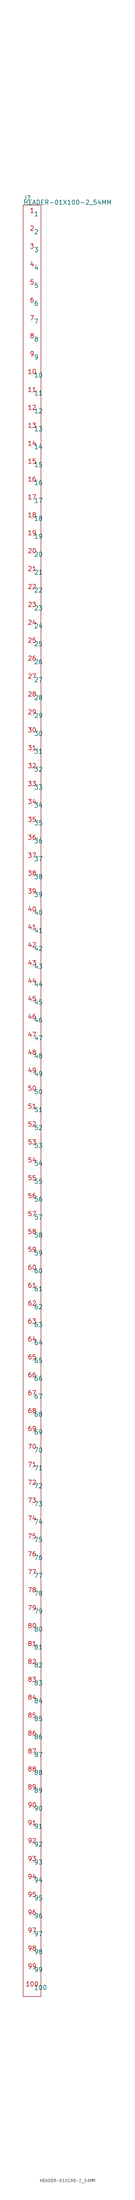
<source format=kicad_sym>
(kicad_symbol_lib
  (version 20211014)
  (generator kicad_symbol_editor)
  (symbol "HEADER-01X100-2_54MM"
    (pin_names)
    (property "Reference" "J"
      (at -2.54 255.27 0)
      (effects (font (size 1.27 1.27)) (justify left bottom)))
    (property "Value" "HEADER-01X100-2_54MM"
      (at -2.54 254 0)
      (effects (font (size 1.27 1.27)) (justify left bottom)))
    (property "Datasheet" ""
      (at 0 0 0))
    (property "ki_description" "Header 1x100  - Header Vertical 100POS 2.54MM Technical Specifications: Pitch: 0.1\" (2.54mm) "
      (at 0 0 0))
    (property "ki_fp_filters" "FlashPCB_Connectors:HEADER-THT-01X100-2_54MM FlashPCB_Connectors:HEADER-THT-LONG-01X100-2_54MM FlashPCB_Connectors:HEADER-THT-NOSILK-01X100-2_54MM FlashPCB_Connectors:HEADER-THT-LONG-NOSILK-01X100-2_54MM"
      (at 0 0 0))
    (symbol "HEADER-01X100-2_54MM_1_1"
      (polyline (pts (xy -2.54 254) (xy 2.54 254)) (stroke (width 0.127)) (fill (type none)))
      (polyline (pts (xy 2.54 254) (xy 2.54 -254)) (stroke (width 0.127)) (fill (type none)))
      (polyline (pts (xy 2.54 -254) (xy -2.54 -254)) (stroke (width 0.127)) (fill (type none)))
      (polyline (pts (xy -2.54 -254) (xy -2.54 254)) (stroke (width 0.127)) (fill (type none)))
      (pin bidirectional line (at 0 251.46 0) (length 0) (name "1" (effects (font (size 1.27 1.27)))) (number "1" (effects (font (size 1.27 1.27)))))
      (pin bidirectional line (at 0 246.38 0) (length 0) (name "2" (effects (font (size 1.27 1.27)))) (number "2" (effects (font (size 1.27 1.27)))))
      (pin bidirectional line (at 0 241.3 0) (length 0) (name "3" (effects (font (size 1.27 1.27)))) (number "3" (effects (font (size 1.27 1.27)))))
      (pin bidirectional line (at 0 236.22 0) (length 0) (name "4" (effects (font (size 1.27 1.27)))) (number "4" (effects (font (size 1.27 1.27)))))
      (pin bidirectional line (at 0 231.14 0) (length 0) (name "5" (effects (font (size 1.27 1.27)))) (number "5" (effects (font (size 1.27 1.27)))))
      (pin bidirectional line (at 0 226.06 0) (length 0) (name "6" (effects (font (size 1.27 1.27)))) (number "6" (effects (font (size 1.27 1.27)))))
      (pin bidirectional line (at 0 220.98 0) (length 0) (name "7" (effects (font (size 1.27 1.27)))) (number "7" (effects (font (size 1.27 1.27)))))
      (pin bidirectional line (at 0 215.9 0) (length 0) (name "8" (effects (font (size 1.27 1.27)))) (number "8" (effects (font (size 1.27 1.27)))))
      (pin bidirectional line (at 0 210.82 0) (length 0) (name "9" (effects (font (size 1.27 1.27)))) (number "9" (effects (font (size 1.27 1.27)))))
      (pin bidirectional line (at 0 205.74 0) (length 0) (name "10" (effects (font (size 1.27 1.27)))) (number "10" (effects (font (size 1.27 1.27)))))
      (pin bidirectional line (at 0 200.66 0) (length 0) (name "11" (effects (font (size 1.27 1.27)))) (number "11" (effects (font (size 1.27 1.27)))))
      (pin bidirectional line (at 0 195.58 0) (length 0) (name "12" (effects (font (size 1.27 1.27)))) (number "12" (effects (font (size 1.27 1.27)))))
      (pin bidirectional line (at 0 190.5 0) (length 0) (name "13" (effects (font (size 1.27 1.27)))) (number "13" (effects (font (size 1.27 1.27)))))
      (pin bidirectional line (at 0 185.42 0) (length 0) (name "14" (effects (font (size 1.27 1.27)))) (number "14" (effects (font (size 1.27 1.27)))))
      (pin bidirectional line (at 0 180.34 0) (length 0) (name "15" (effects (font (size 1.27 1.27)))) (number "15" (effects (font (size 1.27 1.27)))))
      (pin bidirectional line (at 0 175.26 0) (length 0) (name "16" (effects (font (size 1.27 1.27)))) (number "16" (effects (font (size 1.27 1.27)))))
      (pin bidirectional line (at 0 170.18 0) (length 0) (name "17" (effects (font (size 1.27 1.27)))) (number "17" (effects (font (size 1.27 1.27)))))
      (pin bidirectional line (at 0 165.1 0) (length 0) (name "18" (effects (font (size 1.27 1.27)))) (number "18" (effects (font (size 1.27 1.27)))))
      (pin bidirectional line (at 0 160.02 0) (length 0) (name "19" (effects (font (size 1.27 1.27)))) (number "19" (effects (font (size 1.27 1.27)))))
      (pin bidirectional line (at 0 154.94 0) (length 0) (name "20" (effects (font (size 1.27 1.27)))) (number "20" (effects (font (size 1.27 1.27)))))
      (pin bidirectional line (at 0 149.86 0) (length 0) (name "21" (effects (font (size 1.27 1.27)))) (number "21" (effects (font (size 1.27 1.27)))))
      (pin bidirectional line (at 0 144.78 0) (length 0) (name "22" (effects (font (size 1.27 1.27)))) (number "22" (effects (font (size 1.27 1.27)))))
      (pin bidirectional line (at 0 139.7 0) (length 0) (name "23" (effects (font (size 1.27 1.27)))) (number "23" (effects (font (size 1.27 1.27)))))
      (pin bidirectional line (at 0 134.62 0) (length 0) (name "24" (effects (font (size 1.27 1.27)))) (number "24" (effects (font (size 1.27 1.27)))))
      (pin bidirectional line (at 0 129.54 0) (length 0) (name "25" (effects (font (size 1.27 1.27)))) (number "25" (effects (font (size 1.27 1.27)))))
      (pin bidirectional line (at 0 124.46 0) (length 0) (name "26" (effects (font (size 1.27 1.27)))) (number "26" (effects (font (size 1.27 1.27)))))
      (pin bidirectional line (at 0 119.38 0) (length 0) (name "27" (effects (font (size 1.27 1.27)))) (number "27" (effects (font (size 1.27 1.27)))))
      (pin bidirectional line (at 0 114.3 0) (length 0) (name "28" (effects (font (size 1.27 1.27)))) (number "28" (effects (font (size 1.27 1.27)))))
      (pin bidirectional line (at 0 109.22 0) (length 0) (name "29" (effects (font (size 1.27 1.27)))) (number "29" (effects (font (size 1.27 1.27)))))
      (pin bidirectional line (at 0 104.14 0) (length 0) (name "30" (effects (font (size 1.27 1.27)))) (number "30" (effects (font (size 1.27 1.27)))))
      (pin bidirectional line (at 0 99.06 0) (length 0) (name "31" (effects (font (size 1.27 1.27)))) (number "31" (effects (font (size 1.27 1.27)))))
      (pin bidirectional line (at 0 93.98 0) (length 0) (name "32" (effects (font (size 1.27 1.27)))) (number "32" (effects (font (size 1.27 1.27)))))
      (pin bidirectional line (at 0 88.9 0) (length 0) (name "33" (effects (font (size 1.27 1.27)))) (number "33" (effects (font (size 1.27 1.27)))))
      (pin bidirectional line (at 0 83.82 0) (length 0) (name "34" (effects (font (size 1.27 1.27)))) (number "34" (effects (font (size 1.27 1.27)))))
      (pin bidirectional line (at 0 78.74 0) (length 0) (name "35" (effects (font (size 1.27 1.27)))) (number "35" (effects (font (size 1.27 1.27)))))
      (pin bidirectional line (at 0 73.66 0) (length 0) (name "36" (effects (font (size 1.27 1.27)))) (number "36" (effects (font (size 1.27 1.27)))))
      (pin bidirectional line (at 0 68.58 0) (length 0) (name "37" (effects (font (size 1.27 1.27)))) (number "37" (effects (font (size 1.27 1.27)))))
      (pin bidirectional line (at 0 63.5 0) (length 0) (name "38" (effects (font (size 1.27 1.27)))) (number "38" (effects (font (size 1.27 1.27)))))
      (pin bidirectional line (at 0 58.42 0) (length 0) (name "39" (effects (font (size 1.27 1.27)))) (number "39" (effects (font (size 1.27 1.27)))))
      (pin bidirectional line (at 0 53.34 0) (length 0) (name "40" (effects (font (size 1.27 1.27)))) (number "40" (effects (font (size 1.27 1.27)))))
      (pin bidirectional line (at 0 48.26 0) (length 0) (name "41" (effects (font (size 1.27 1.27)))) (number "41" (effects (font (size 1.27 1.27)))))
      (pin bidirectional line (at 0 43.18 0) (length 0) (name "42" (effects (font (size 1.27 1.27)))) (number "42" (effects (font (size 1.27 1.27)))))
      (pin bidirectional line (at 0 38.1 0) (length 0) (name "43" (effects (font (size 1.27 1.27)))) (number "43" (effects (font (size 1.27 1.27)))))
      (pin bidirectional line (at 0 33.02 0) (length 0) (name "44" (effects (font (size 1.27 1.27)))) (number "44" (effects (font (size 1.27 1.27)))))
      (pin bidirectional line (at 0 27.94 0) (length 0) (name "45" (effects (font (size 1.27 1.27)))) (number "45" (effects (font (size 1.27 1.27)))))
      (pin bidirectional line (at 0 22.86 0) (length 0) (name "46" (effects (font (size 1.27 1.27)))) (number "46" (effects (font (size 1.27 1.27)))))
      (pin bidirectional line (at 0 17.78 0) (length 0) (name "47" (effects (font (size 1.27 1.27)))) (number "47" (effects (font (size 1.27 1.27)))))
      (pin bidirectional line (at 0 12.7 0) (length 0) (name "48" (effects (font (size 1.27 1.27)))) (number "48" (effects (font (size 1.27 1.27)))))
      (pin bidirectional line (at 0 7.62 0) (length 0) (name "49" (effects (font (size 1.27 1.27)))) (number "49" (effects (font (size 1.27 1.27)))))
      (pin bidirectional line (at 0 2.54 0) (length 0) (name "50" (effects (font (size 1.27 1.27)))) (number "50" (effects (font (size 1.27 1.27)))))
      (pin bidirectional line (at 0 -2.54 0) (length 0) (name "51" (effects (font (size 1.27 1.27)))) (number "51" (effects (font (size 1.27 1.27)))))
      (pin bidirectional line (at 0 -7.62 0) (length 0) (name "52" (effects (font (size 1.27 1.27)))) (number "52" (effects (font (size 1.27 1.27)))))
      (pin bidirectional line (at 0 -12.7 0) (length 0) (name "53" (effects (font (size 1.27 1.27)))) (number "53" (effects (font (size 1.27 1.27)))))
      (pin bidirectional line (at 0 -17.78 0) (length 0) (name "54" (effects (font (size 1.27 1.27)))) (number "54" (effects (font (size 1.27 1.27)))))
      (pin bidirectional line (at 0 -22.86 0) (length 0) (name "55" (effects (font (size 1.27 1.27)))) (number "55" (effects (font (size 1.27 1.27)))))
      (pin bidirectional line (at 0 -27.94 0) (length 0) (name "56" (effects (font (size 1.27 1.27)))) (number "56" (effects (font (size 1.27 1.27)))))
      (pin bidirectional line (at 0 -33.02 0) (length 0) (name "57" (effects (font (size 1.27 1.27)))) (number "57" (effects (font (size 1.27 1.27)))))
      (pin bidirectional line (at 0 -38.1 0) (length 0) (name "58" (effects (font (size 1.27 1.27)))) (number "58" (effects (font (size 1.27 1.27)))))
      (pin bidirectional line (at 0 -43.18 0) (length 0) (name "59" (effects (font (size 1.27 1.27)))) (number "59" (effects (font (size 1.27 1.27)))))
      (pin bidirectional line (at 0 -48.26 0) (length 0) (name "60" (effects (font (size 1.27 1.27)))) (number "60" (effects (font (size 1.27 1.27)))))
      (pin bidirectional line (at 0 -53.34 0) (length 0) (name "61" (effects (font (size 1.27 1.27)))) (number "61" (effects (font (size 1.27 1.27)))))
      (pin bidirectional line (at 0 -58.42 0) (length 0) (name "62" (effects (font (size 1.27 1.27)))) (number "62" (effects (font (size 1.27 1.27)))))
      (pin bidirectional line (at 0 -63.5 0) (length 0) (name "63" (effects (font (size 1.27 1.27)))) (number "63" (effects (font (size 1.27 1.27)))))
      (pin bidirectional line (at 0 -68.58 0) (length 0) (name "64" (effects (font (size 1.27 1.27)))) (number "64" (effects (font (size 1.27 1.27)))))
      (pin bidirectional line (at 0 -73.66 0) (length 0) (name "65" (effects (font (size 1.27 1.27)))) (number "65" (effects (font (size 1.27 1.27)))))
      (pin bidirectional line (at 0 -78.74 0) (length 0) (name "66" (effects (font (size 1.27 1.27)))) (number "66" (effects (font (size 1.27 1.27)))))
      (pin bidirectional line (at 0 -83.82 0) (length 0) (name "67" (effects (font (size 1.27 1.27)))) (number "67" (effects (font (size 1.27 1.27)))))
      (pin bidirectional line (at 0 -88.9 0) (length 0) (name "68" (effects (font (size 1.27 1.27)))) (number "68" (effects (font (size 1.27 1.27)))))
      (pin bidirectional line (at 0 -93.98 0) (length 0) (name "69" (effects (font (size 1.27 1.27)))) (number "69" (effects (font (size 1.27 1.27)))))
      (pin bidirectional line (at 0 -99.06 0) (length 0) (name "70" (effects (font (size 1.27 1.27)))) (number "70" (effects (font (size 1.27 1.27)))))
      (pin bidirectional line (at 0 -104.14 0) (length 0) (name "71" (effects (font (size 1.27 1.27)))) (number "71" (effects (font (size 1.27 1.27)))))
      (pin bidirectional line (at 0 -109.22 0) (length 0) (name "72" (effects (font (size 1.27 1.27)))) (number "72" (effects (font (size 1.27 1.27)))))
      (pin bidirectional line (at 0 -114.3 0) (length 0) (name "73" (effects (font (size 1.27 1.27)))) (number "73" (effects (font (size 1.27 1.27)))))
      (pin bidirectional line (at 0 -119.38 0) (length 0) (name "74" (effects (font (size 1.27 1.27)))) (number "74" (effects (font (size 1.27 1.27)))))
      (pin bidirectional line (at 0 -124.46 0) (length 0) (name "75" (effects (font (size 1.27 1.27)))) (number "75" (effects (font (size 1.27 1.27)))))
      (pin bidirectional line (at 0 -129.54 0) (length 0) (name "76" (effects (font (size 1.27 1.27)))) (number "76" (effects (font (size 1.27 1.27)))))
      (pin bidirectional line (at 0 -134.62 0) (length 0) (name "77" (effects (font (size 1.27 1.27)))) (number "77" (effects (font (size 1.27 1.27)))))
      (pin bidirectional line (at 0 -139.7 0) (length 0) (name "78" (effects (font (size 1.27 1.27)))) (number "78" (effects (font (size 1.27 1.27)))))
      (pin bidirectional line (at 0 -144.78 0) (length 0) (name "79" (effects (font (size 1.27 1.27)))) (number "79" (effects (font (size 1.27 1.27)))))
      (pin bidirectional line (at 0 -149.86 0) (length 0) (name "80" (effects (font (size 1.27 1.27)))) (number "80" (effects (font (size 1.27 1.27)))))
      (pin bidirectional line (at 0 -154.94 0) (length 0) (name "81" (effects (font (size 1.27 1.27)))) (number "81" (effects (font (size 1.27 1.27)))))
      (pin bidirectional line (at 0 -160.02 0) (length 0) (name "82" (effects (font (size 1.27 1.27)))) (number "82" (effects (font (size 1.27 1.27)))))
      (pin bidirectional line (at 0 -165.1 0) (length 0) (name "83" (effects (font (size 1.27 1.27)))) (number "83" (effects (font (size 1.27 1.27)))))
      (pin bidirectional line (at 0 -170.18 0) (length 0) (name "84" (effects (font (size 1.27 1.27)))) (number "84" (effects (font (size 1.27 1.27)))))
      (pin bidirectional line (at 0 -175.26 0) (length 0) (name "85" (effects (font (size 1.27 1.27)))) (number "85" (effects (font (size 1.27 1.27)))))
      (pin bidirectional line (at 0 -180.34 0) (length 0) (name "86" (effects (font (size 1.27 1.27)))) (number "86" (effects (font (size 1.27 1.27)))))
      (pin bidirectional line (at 0 -185.42 0) (length 0) (name "87" (effects (font (size 1.27 1.27)))) (number "87" (effects (font (size 1.27 1.27)))))
      (pin bidirectional line (at 0 -190.5 0) (length 0) (name "88" (effects (font (size 1.27 1.27)))) (number "88" (effects (font (size 1.27 1.27)))))
      (pin bidirectional line (at 0 -195.58 0) (length 0) (name "89" (effects (font (size 1.27 1.27)))) (number "89" (effects (font (size 1.27 1.27)))))
      (pin bidirectional line (at 0 -200.66 0) (length 0) (name "90" (effects (font (size 1.27 1.27)))) (number "90" (effects (font (size 1.27 1.27)))))
      (pin bidirectional line (at 0 -205.74 0) (length 0) (name "91" (effects (font (size 1.27 1.27)))) (number "91" (effects (font (size 1.27 1.27)))))
      (pin bidirectional line (at 0 -210.82 0) (length 0) (name "92" (effects (font (size 1.27 1.27)))) (number "92" (effects (font (size 1.27 1.27)))))
      (pin bidirectional line (at 0 -215.9 0) (length 0) (name "93" (effects (font (size 1.27 1.27)))) (number "93" (effects (font (size 1.27 1.27)))))
      (pin bidirectional line (at 0 -220.98 0) (length 0) (name "94" (effects (font (size 1.27 1.27)))) (number "94" (effects (font (size 1.27 1.27)))))
      (pin bidirectional line (at 0 -226.06 0) (length 0) (name "95" (effects (font (size 1.27 1.27)))) (number "95" (effects (font (size 1.27 1.27)))))
      (pin bidirectional line (at 0 -231.14 0) (length 0) (name "96" (effects (font (size 1.27 1.27)))) (number "96" (effects (font (size 1.27 1.27)))))
      (pin bidirectional line (at 0 -236.22 0) (length 0) (name "97" (effects (font (size 1.27 1.27)))) (number "97" (effects (font (size 1.27 1.27)))))
      (pin bidirectional line (at 0 -241.3 0) (length 0) (name "98" (effects (font (size 1.27 1.27)))) (number "98" (effects (font (size 1.27 1.27)))))
      (pin bidirectional line (at 0 -246.38 0) (length 0) (name "99" (effects (font (size 1.27 1.27)))) (number "99" (effects (font (size 1.27 1.27)))))
      (pin bidirectional line (at 0 -251.46 0) (length 0) (name "100" (effects (font (size 1.27 1.27)))) (number "100" (effects (font (size 1.27 1.27))))))))
</source>
